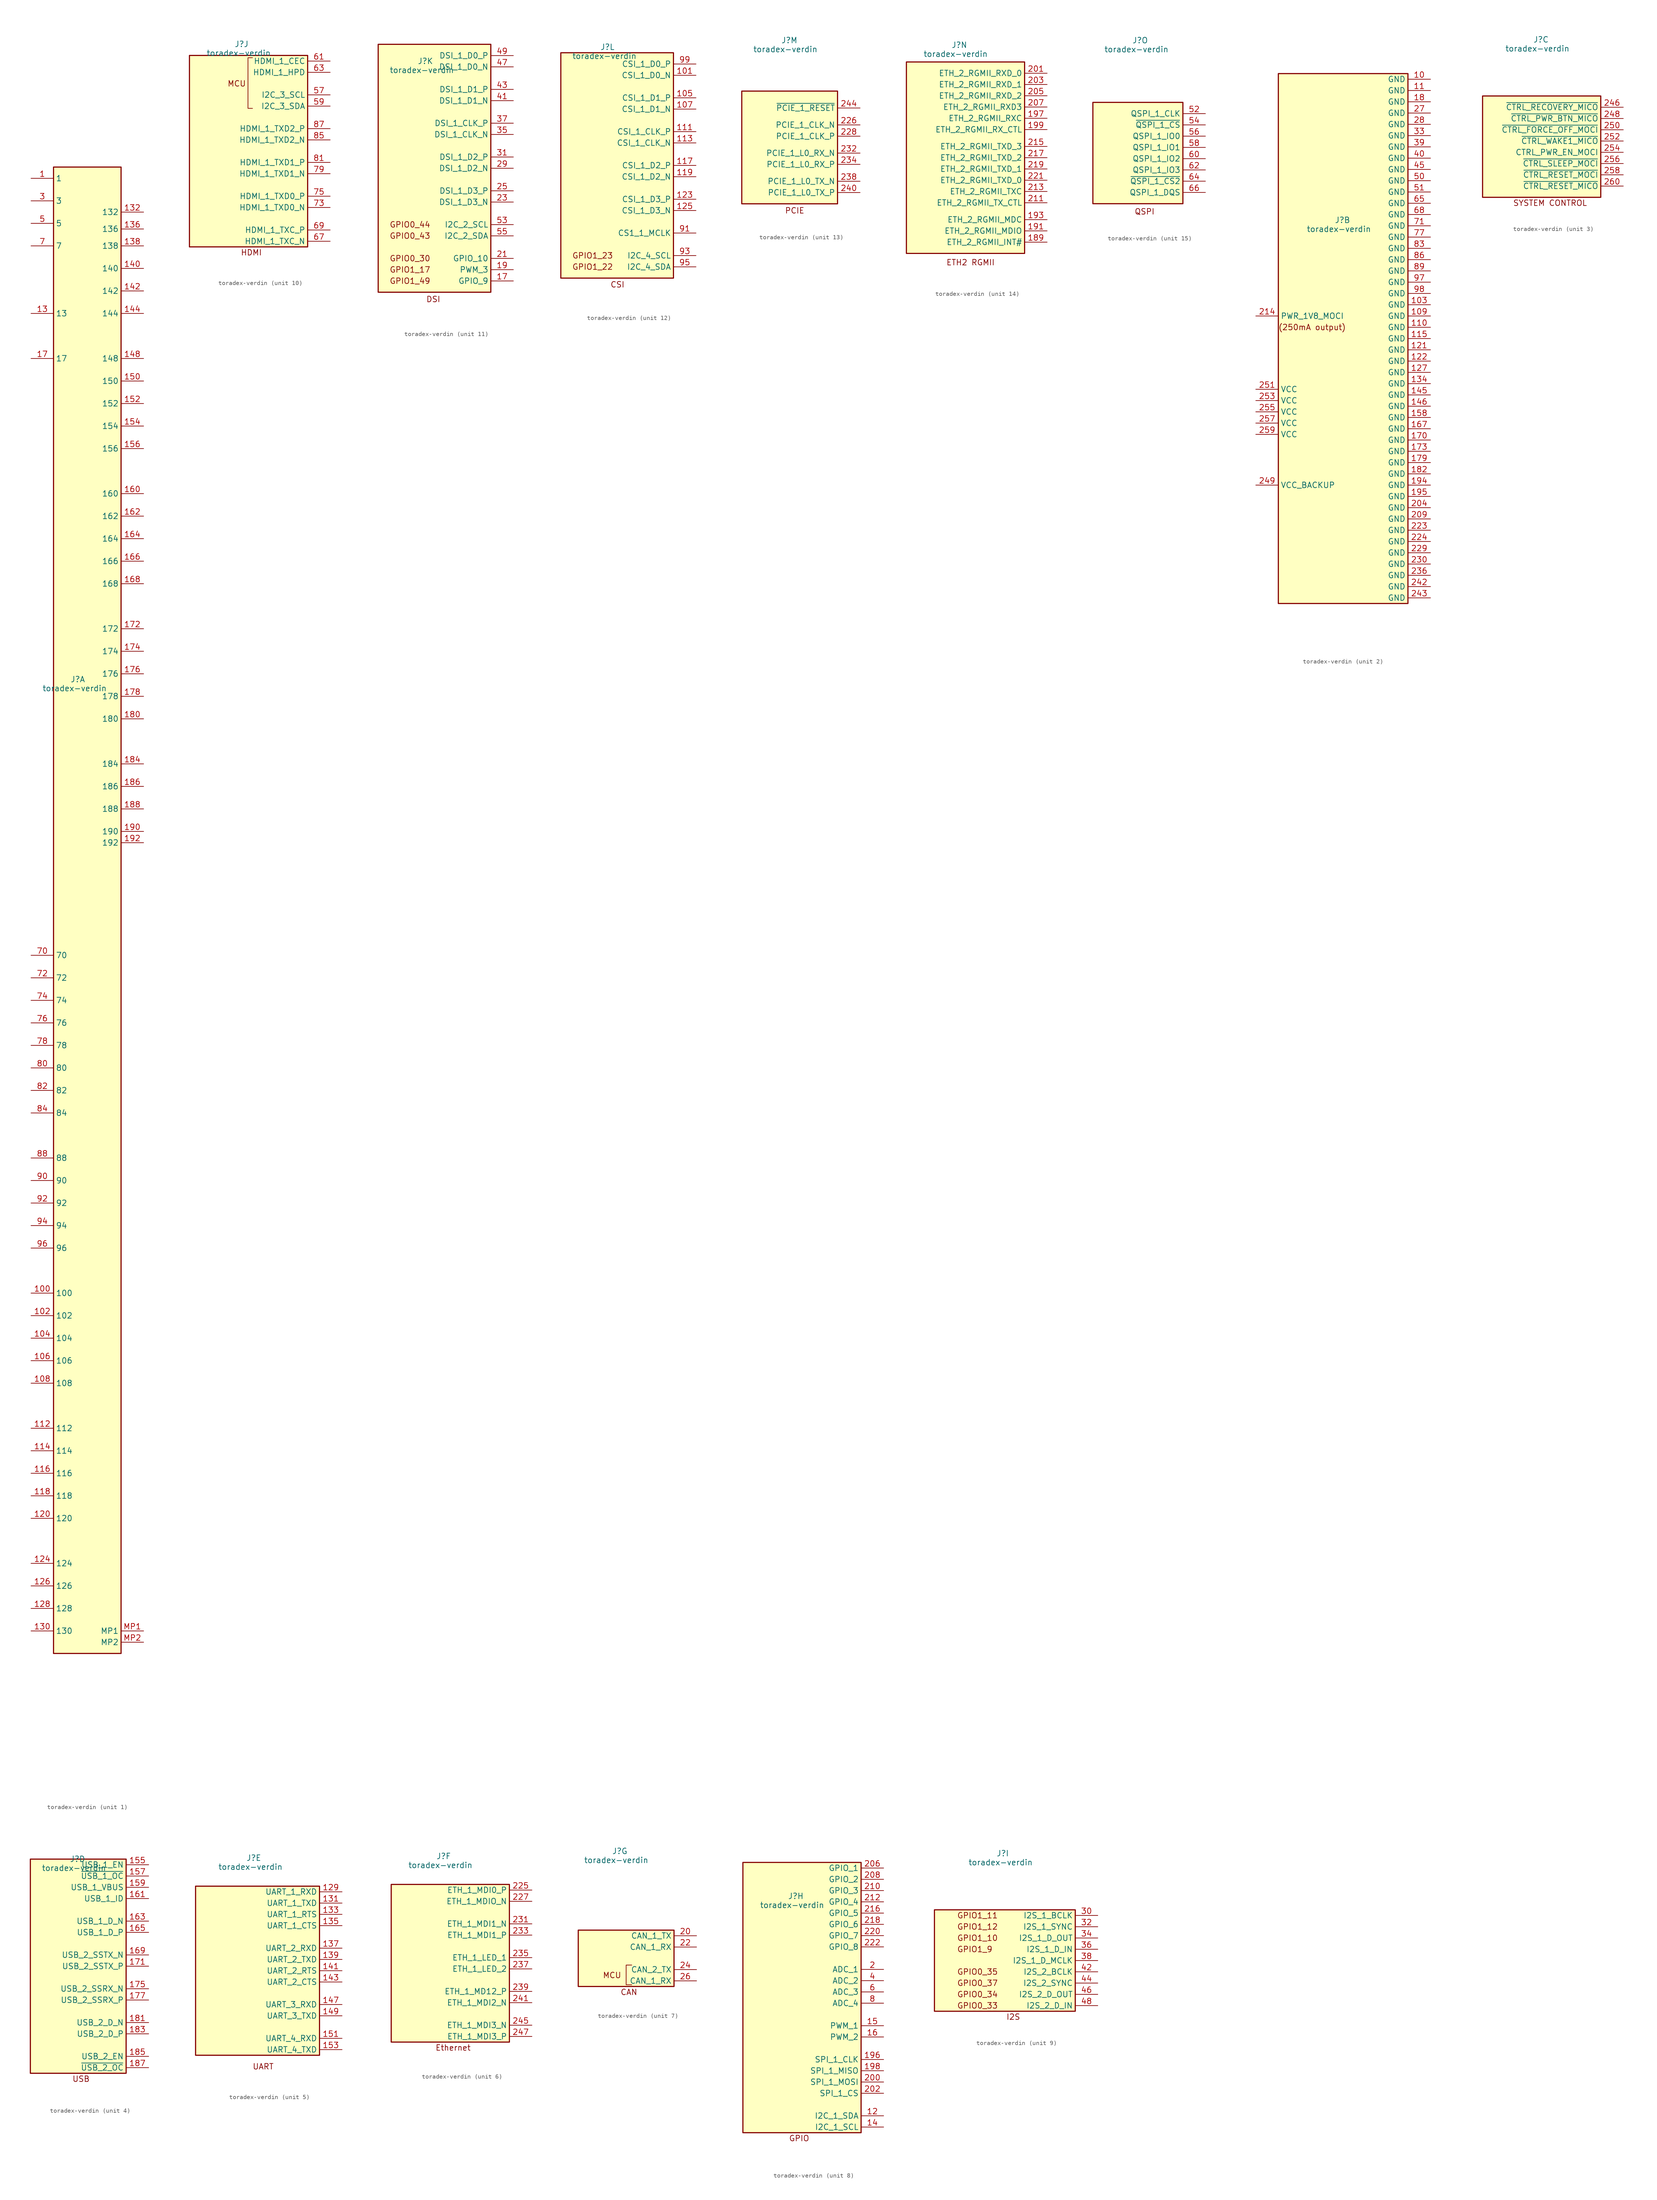
<source format=kicad_sym>
(kicad_symbol_lib
  (version 20231120)
  (generator "kicad_symbol_editor")
  (generator_version "8.0")
  (symbol "toradex-verdin"
    (property "Reference" "J"
      (at -3.81 24.892 0)
      (effects (font (size 1.27 1.27)) (justify left top)))
    (property "Value" "toradex-verdin"
      (at -10.16 22.86 0)
      (effects (font (size 1.27 1.27)) (justify left top)))
    (property "ki_locked" ""
      (at 0 0 0)
      (effects (font (size 1.27 1.27))))
    (symbol "toradex-verdin_1_1"
      (rectangle (start -7.62 139.7) (end 7.62 -195.58) (stroke (width 0.254) (type default)) (fill (type background)))
      (pin passive line (at -12.7 137.16 0) (length 5.08) (name "1" (effects (font (size 1.27 1.27)))) (number "1" (effects (font (size 1.27 1.27)))))
      (pin passive line (at -12.7 -114.3 0) (length 5.08) (name "100" (effects (font (size 1.27 1.27)))) (number "100" (effects (font (size 1.27 1.27)))))
      (pin passive line (at -12.7 -119.38 0) (length 5.08) (name "102" (effects (font (size 1.27 1.27)))) (number "102" (effects (font (size 1.27 1.27)))))
      (pin passive line (at -12.7 -124.46 0) (length 5.08) (name "104" (effects (font (size 1.27 1.27)))) (number "104" (effects (font (size 1.27 1.27)))))
      (pin passive line (at -12.7 -129.54 0) (length 5.08) (name "106" (effects (font (size 1.27 1.27)))) (number "106" (effects (font (size 1.27 1.27)))))
      (pin passive line (at -12.7 -134.62 0) (length 5.08) (name "108" (effects (font (size 1.27 1.27)))) (number "108" (effects (font (size 1.27 1.27)))))
      (pin passive line (at -12.7 -144.78 0) (length 5.08) (name "112" (effects (font (size 1.27 1.27)))) (number "112" (effects (font (size 1.27 1.27)))))
      (pin passive line (at -12.7 -149.86 0) (length 5.08) (name "114" (effects (font (size 1.27 1.27)))) (number "114" (effects (font (size 1.27 1.27)))))
      (pin passive line (at -12.7 -154.94 0) (length 5.08) (name "116" (effects (font (size 1.27 1.27)))) (number "116" (effects (font (size 1.27 1.27)))))
      (pin passive line (at -12.7 -160.02 0) (length 5.08) (name "118" (effects (font (size 1.27 1.27)))) (number "118" (effects (font (size 1.27 1.27)))))
      (pin passive line (at -12.7 -165.1 0) (length 5.08) (name "120" (effects (font (size 1.27 1.27)))) (number "120" (effects (font (size 1.27 1.27)))))
      (pin passive line (at -12.7 -175.26 0) (length 5.08) (name "124" (effects (font (size 1.27 1.27)))) (number "124" (effects (font (size 1.27 1.27)))))
      (pin passive line (at -12.7 -180.34 0) (length 5.08) (name "126" (effects (font (size 1.27 1.27)))) (number "126" (effects (font (size 1.27 1.27)))))
      (pin passive line (at -12.7 -185.42 0) (length 5.08) (name "128" (effects (font (size 1.27 1.27)))) (number "128" (effects (font (size 1.27 1.27)))))
      (pin passive line (at -12.7 106.68 0) (length 5.08) (name "13" (effects (font (size 1.27 1.27)))) (number "13" (effects (font (size 1.27 1.27)))))
      (pin passive line (at -12.7 -190.5 0) (length 5.08) (name "130" (effects (font (size 1.27 1.27)))) (number "130" (effects (font (size 1.27 1.27)))))
      (pin passive line (at 12.7 129.54 180) (length 5.08) (name "132" (effects (font (size 1.27 1.27)))) (number "132" (effects (font (size 1.27 1.27)))))
      (pin passive line (at 12.7 125.73 180) (length 5.08) (name "136" (effects (font (size 1.27 1.27)))) (number "136" (effects (font (size 1.27 1.27)))))
      (pin passive line (at 12.7 121.92 180) (length 5.08) (name "138" (effects (font (size 1.27 1.27)))) (number "138" (effects (font (size 1.27 1.27)))))
      (pin passive line (at 12.7 116.84 180) (length 5.08) (name "140" (effects (font (size 1.27 1.27)))) (number "140" (effects (font (size 1.27 1.27)))))
      (pin passive line (at 12.7 111.76 180) (length 5.08) (name "142" (effects (font (size 1.27 1.27)))) (number "142" (effects (font (size 1.27 1.27)))))
      (pin passive line (at 12.7 106.68 180) (length 5.08) (name "144" (effects (font (size 1.27 1.27)))) (number "144" (effects (font (size 1.27 1.27)))))
      (pin passive line (at 12.7 96.52 180) (length 5.08) (name "148" (effects (font (size 1.27 1.27)))) (number "148" (effects (font (size 1.27 1.27)))))
      (pin passive line (at 12.7 91.44 180) (length 5.08) (name "150" (effects (font (size 1.27 1.27)))) (number "150" (effects (font (size 1.27 1.27)))))
      (pin passive line (at 12.7 86.36 180) (length 5.08) (name "152" (effects (font (size 1.27 1.27)))) (number "152" (effects (font (size 1.27 1.27)))))
      (pin passive line (at 12.7 81.28 180) (length 5.08) (name "154" (effects (font (size 1.27 1.27)))) (number "154" (effects (font (size 1.27 1.27)))))
      (pin passive line (at 12.7 76.2 180) (length 5.08) (name "156" (effects (font (size 1.27 1.27)))) (number "156" (effects (font (size 1.27 1.27)))))
      (pin passive line (at 12.7 66.04 180) (length 5.08) (name "160" (effects (font (size 1.27 1.27)))) (number "160" (effects (font (size 1.27 1.27)))))
      (pin passive line (at 12.7 60.96 180) (length 5.08) (name "162" (effects (font (size 1.27 1.27)))) (number "162" (effects (font (size 1.27 1.27)))))
      (pin passive line (at 12.7 55.88 180) (length 5.08) (name "164" (effects (font (size 1.27 1.27)))) (number "164" (effects (font (size 1.27 1.27)))))
      (pin passive line (at 12.7 50.8 180) (length 5.08) (name "166" (effects (font (size 1.27 1.27)))) (number "166" (effects (font (size 1.27 1.27)))))
      (pin passive line (at 12.7 45.72 180) (length 5.08) (name "168" (effects (font (size 1.27 1.27)))) (number "168" (effects (font (size 1.27 1.27)))))
      (pin passive line (at -12.7 96.52 0) (length 5.08) (name "17" (effects (font (size 1.27 1.27)))) (number "17" (effects (font (size 1.27 1.27)))))
      (pin passive line (at 12.7 35.56 180) (length 5.08) (name "172" (effects (font (size 1.27 1.27)))) (number "172" (effects (font (size 1.27 1.27)))))
      (pin passive line (at 12.7 30.48 180) (length 5.08) (name "174" (effects (font (size 1.27 1.27)))) (number "174" (effects (font (size 1.27 1.27)))))
      (pin passive line (at 12.7 25.4 180) (length 5.08) (name "176" (effects (font (size 1.27 1.27)))) (number "176" (effects (font (size 1.27 1.27)))))
      (pin passive line (at 12.7 20.32 180) (length 5.08) (name "178" (effects (font (size 1.27 1.27)))) (number "178" (effects (font (size 1.27 1.27)))))
      (pin passive line (at 12.7 15.24 180) (length 5.08) (name "180" (effects (font (size 1.27 1.27)))) (number "180" (effects (font (size 1.27 1.27)))))
      (pin passive line (at 12.7 5.08 180) (length 5.08) (name "184" (effects (font (size 1.27 1.27)))) (number "184" (effects (font (size 1.27 1.27)))))
      (pin passive line (at 12.7 0 180) (length 5.08) (name "186" (effects (font (size 1.27 1.27)))) (number "186" (effects (font (size 1.27 1.27)))))
      (pin passive line (at 12.7 -5.08 180) (length 5.08) (name "188" (effects (font (size 1.27 1.27)))) (number "188" (effects (font (size 1.27 1.27)))))
      (pin passive line (at 12.7 -10.16 180) (length 5.08) (name "190" (effects (font (size 1.27 1.27)))) (number "190" (effects (font (size 1.27 1.27)))))
      (pin passive line (at 12.7 -12.7 180) (length 5.08) (name "192" (effects (font (size 1.27 1.27)))) (number "192" (effects (font (size 1.27 1.27)))))
      (pin passive line (at -12.7 132.08 0) (length 5.08) (name "3" (effects (font (size 1.27 1.27)))) (number "3" (effects (font (size 1.27 1.27)))))
      (pin passive line (at -12.7 127 0) (length 5.08) (name "5" (effects (font (size 1.27 1.27)))) (number "5" (effects (font (size 1.27 1.27)))))
      (pin passive line (at -12.7 121.92 0) (length 5.08) (name "7" (effects (font (size 1.27 1.27)))) (number "7" (effects (font (size 1.27 1.27)))))
      (pin passive line (at -12.7 -38.1 0) (length 5.08) (name "70" (effects (font (size 1.27 1.27)))) (number "70" (effects (font (size 1.27 1.27)))))
      (pin passive line (at -12.7 -43.18 0) (length 5.08) (name "72" (effects (font (size 1.27 1.27)))) (number "72" (effects (font (size 1.27 1.27)))))
      (pin passive line (at -12.7 -48.26 0) (length 5.08) (name "74" (effects (font (size 1.27 1.27)))) (number "74" (effects (font (size 1.27 1.27)))))
      (pin passive line (at -12.7 -53.34 0) (length 5.08) (name "76" (effects (font (size 1.27 1.27)))) (number "76" (effects (font (size 1.27 1.27)))))
      (pin passive line (at -12.7 -58.42 0) (length 5.08) (name "78" (effects (font (size 1.27 1.27)))) (number "78" (effects (font (size 1.27 1.27)))))
      (pin passive line (at -12.7 -63.5 0) (length 5.08) (name "80" (effects (font (size 1.27 1.27)))) (number "80" (effects (font (size 1.27 1.27)))))
      (pin passive line (at -12.7 -68.58 0) (length 5.08) (name "82" (effects (font (size 1.27 1.27)))) (number "82" (effects (font (size 1.27 1.27)))))
      (pin passive line (at -12.7 -73.66 0) (length 5.08) (name "84" (effects (font (size 1.27 1.27)))) (number "84" (effects (font (size 1.27 1.27)))))
      (pin passive line (at -12.7 -83.82 0) (length 5.08) (name "88" (effects (font (size 1.27 1.27)))) (number "88" (effects (font (size 1.27 1.27)))))
      (pin passive line (at -12.7 -88.9 0) (length 5.08) (name "90" (effects (font (size 1.27 1.27)))) (number "90" (effects (font (size 1.27 1.27)))))
      (pin passive line (at -12.7 -93.98 0) (length 5.08) (name "92" (effects (font (size 1.27 1.27)))) (number "92" (effects (font (size 1.27 1.27)))))
      (pin passive line (at -12.7 -99.06 0) (length 5.08) (name "94" (effects (font (size 1.27 1.27)))) (number "94" (effects (font (size 1.27 1.27)))))
      (pin passive line (at -12.7 -104.14 0) (length 5.08) (name "96" (effects (font (size 1.27 1.27)))) (number "96" (effects (font (size 1.27 1.27)))))
      (pin passive line (at 12.7 -190.5 180) (length 5.08) (name "MP1" (effects (font (size 1.27 1.27)))) (number "MP1" (effects (font (size 1.27 1.27)))))
      (pin passive line (at 12.7 -193.04 180) (length 5.08) (name "MP2" (effects (font (size 1.27 1.27)))) (number "MP2" (effects (font (size 1.27 1.27))))))
    (symbol "toradex-verdin_2_1"
      (rectangle (start -16.51 57.15) (end 12.7 -62.23) (stroke (width 0.254) (type default)) (fill (type background)))
      (text "(250mA output)" (at -8.89 0 0) (effects (font (size 1.27 1.27))))
      (pin power_in line (at 17.78 55.88 180) (length 5.08) (name "GND" (effects (font (size 1.27 1.27)))) (number "10" (effects (font (size 1.27 1.27)))))
      (pin power_in line (at 17.78 5.08 180) (length 5.08) (name "GND" (effects (font (size 1.27 1.27)))) (number "103" (effects (font (size 1.27 1.27)))))
      (pin power_in line (at 17.78 2.54 180) (length 5.08) (name "GND" (effects (font (size 1.27 1.27)))) (number "109" (effects (font (size 1.27 1.27)))))
      (pin power_in line (at 17.78 53.34 180) (length 5.08) (name "GND" (effects (font (size 1.27 1.27)))) (number "11" (effects (font (size 1.27 1.27)))))
      (pin power_in line (at 17.78 0 180) (length 5.08) (name "GND" (effects (font (size 1.27 1.27)))) (number "110" (effects (font (size 1.27 1.27)))))
      (pin power_in line (at 17.78 -2.54 180) (length 5.08) (name "GND" (effects (font (size 1.27 1.27)))) (number "115" (effects (font (size 1.27 1.27)))))
      (pin power_in line (at 17.78 -5.08 180) (length 5.08) (name "GND" (effects (font (size 1.27 1.27)))) (number "121" (effects (font (size 1.27 1.27)))))
      (pin power_in line (at 17.78 -7.62 180) (length 5.08) (name "GND" (effects (font (size 1.27 1.27)))) (number "122" (effects (font (size 1.27 1.27)))))
      (pin power_in line (at 17.78 -10.16 180) (length 5.08) (name "GND" (effects (font (size 1.27 1.27)))) (number "127" (effects (font (size 1.27 1.27)))))
      (pin power_in line (at 17.78 -12.7 180) (length 5.08) (name "GND" (effects (font (size 1.27 1.27)))) (number "134" (effects (font (size 1.27 1.27)))))
      (pin power_in line (at 17.78 -15.24 180) (length 5.08) (name "GND" (effects (font (size 1.27 1.27)))) (number "145" (effects (font (size 1.27 1.27)))))
      (pin power_in line (at 17.78 -17.78 180) (length 5.08) (name "GND" (effects (font (size 1.27 1.27)))) (number "146" (effects (font (size 1.27 1.27)))))
      (pin power_in line (at 17.78 -20.32 180) (length 5.08) (name "GND" (effects (font (size 1.27 1.27)))) (number "158" (effects (font (size 1.27 1.27)))))
      (pin power_in line (at 17.78 -22.86 180) (length 5.08) (name "GND" (effects (font (size 1.27 1.27)))) (number "167" (effects (font (size 1.27 1.27)))))
      (pin power_in line (at 17.78 -25.4 180) (length 5.08) (name "GND" (effects (font (size 1.27 1.27)))) (number "170" (effects (font (size 1.27 1.27)))))
      (pin power_in line (at 17.78 -27.94 180) (length 5.08) (name "GND" (effects (font (size 1.27 1.27)))) (number "173" (effects (font (size 1.27 1.27)))))
      (pin power_in line (at 17.78 -30.48 180) (length 5.08) (name "GND" (effects (font (size 1.27 1.27)))) (number "179" (effects (font (size 1.27 1.27)))))
      (pin power_in line (at 17.78 50.8 180) (length 5.08) (name "GND" (effects (font (size 1.27 1.27)))) (number "18" (effects (font (size 1.27 1.27)))))
      (pin power_in line (at 17.78 -33.02 180) (length 5.08) (name "GND" (effects (font (size 1.27 1.27)))) (number "182" (effects (font (size 1.27 1.27)))))
      (pin power_in line (at 17.78 -35.56 180) (length 5.08) (name "GND" (effects (font (size 1.27 1.27)))) (number "194" (effects (font (size 1.27 1.27)))))
      (pin power_in line (at 17.78 -38.1 180) (length 5.08) (name "GND" (effects (font (size 1.27 1.27)))) (number "195" (effects (font (size 1.27 1.27)))))
      (pin power_in line (at 17.78 -40.64 180) (length 5.08) (name "GND" (effects (font (size 1.27 1.27)))) (number "204" (effects (font (size 1.27 1.27)))))
      (pin power_in line (at 17.78 -43.18 180) (length 5.08) (name "GND" (effects (font (size 1.27 1.27)))) (number "209" (effects (font (size 1.27 1.27)))))
      (pin power_out line (at -21.59 2.54 0) (length 5.08) (name "PWR_1V8_MOCI" (effects (font (size 1.27 1.27)))) (number "214" (effects (font (size 1.27 1.27)))))
      (pin power_in line (at 17.78 -45.72 180) (length 5.08) (name "GND" (effects (font (size 1.27 1.27)))) (number "223" (effects (font (size 1.27 1.27)))))
      (pin power_in line (at 17.78 -48.26 180) (length 5.08) (name "GND" (effects (font (size 1.27 1.27)))) (number "224" (effects (font (size 1.27 1.27)))))
      (pin power_in line (at 17.78 -50.8 180) (length 5.08) (name "GND" (effects (font (size 1.27 1.27)))) (number "229" (effects (font (size 1.27 1.27)))))
      (pin power_in line (at 17.78 -53.34 180) (length 5.08) (name "GND" (effects (font (size 1.27 1.27)))) (number "230" (effects (font (size 1.27 1.27)))))
      (pin power_in line (at 17.78 -55.88 180) (length 5.08) (name "GND" (effects (font (size 1.27 1.27)))) (number "236" (effects (font (size 1.27 1.27)))))
      (pin power_in line (at 17.78 -58.42 180) (length 5.08) (name "GND" (effects (font (size 1.27 1.27)))) (number "242" (effects (font (size 1.27 1.27)))))
      (pin power_in line (at 17.78 -60.96 180) (length 5.08) (name "GND" (effects (font (size 1.27 1.27)))) (number "243" (effects (font (size 1.27 1.27)))))
      (pin power_in line (at -21.59 -35.56 0) (length 5.08) (name "VCC_BACKUP" (effects (font (size 1.27 1.27)))) (number "249" (effects (font (size 1.27 1.27)))))
      (pin power_in line (at -21.59 -13.97 0) (length 5.08) (name "VCC" (effects (font (size 1.27 1.27)))) (number "251" (effects (font (size 1.27 1.27)))))
      (pin power_in line (at -21.59 -16.51 0) (length 5.08) (name "VCC" (effects (font (size 1.27 1.27)))) (number "253" (effects (font (size 1.27 1.27)))))
      (pin power_in line (at -21.59 -19.05 0) (length 5.08) (name "VCC" (effects (font (size 1.27 1.27)))) (number "255" (effects (font (size 1.27 1.27)))))
      (pin power_in line (at -21.59 -21.59 0) (length 5.08) (name "VCC" (effects (font (size 1.27 1.27)))) (number "257" (effects (font (size 1.27 1.27)))))
      (pin power_in line (at -21.59 -24.13 0) (length 5.08) (name "VCC" (effects (font (size 1.27 1.27)))) (number "259" (effects (font (size 1.27 1.27)))))
      (pin power_in line (at 17.78 48.26 180) (length 5.08) (name "GND" (effects (font (size 1.27 1.27)))) (number "27" (effects (font (size 1.27 1.27)))))
      (pin power_in line (at 17.78 45.72 180) (length 5.08) (name "GND" (effects (font (size 1.27 1.27)))) (number "28" (effects (font (size 1.27 1.27)))))
      (pin power_in line (at 17.78 43.18 180) (length 5.08) (name "GND" (effects (font (size 1.27 1.27)))) (number "33" (effects (font (size 1.27 1.27)))))
      (pin power_in line (at 17.78 40.64 180) (length 5.08) (name "GND" (effects (font (size 1.27 1.27)))) (number "39" (effects (font (size 1.27 1.27)))))
      (pin power_in line (at 17.78 38.1 180) (length 5.08) (name "GND" (effects (font (size 1.27 1.27)))) (number "40" (effects (font (size 1.27 1.27)))))
      (pin power_in line (at 17.78 35.56 180) (length 5.08) (name "GND" (effects (font (size 1.27 1.27)))) (number "45" (effects (font (size 1.27 1.27)))))
      (pin power_in line (at 17.78 33.02 180) (length 5.08) (name "GND" (effects (font (size 1.27 1.27)))) (number "50" (effects (font (size 1.27 1.27)))))
      (pin power_in line (at 17.78 30.48 180) (length 5.08) (name "GND" (effects (font (size 1.27 1.27)))) (number "51" (effects (font (size 1.27 1.27)))))
      (pin power_in line (at 17.78 27.94 180) (length 5.08) (name "GND" (effects (font (size 1.27 1.27)))) (number "65" (effects (font (size 1.27 1.27)))))
      (pin power_in line (at 17.78 25.4 180) (length 5.08) (name "GND" (effects (font (size 1.27 1.27)))) (number "68" (effects (font (size 1.27 1.27)))))
      (pin power_in line (at 17.78 22.86 180) (length 5.08) (name "GND" (effects (font (size 1.27 1.27)))) (number "71" (effects (font (size 1.27 1.27)))))
      (pin power_in line (at 17.78 20.32 180) (length 5.08) (name "GND" (effects (font (size 1.27 1.27)))) (number "77" (effects (font (size 1.27 1.27)))))
      (pin power_in line (at 17.78 17.78 180) (length 5.08) (name "GND" (effects (font (size 1.27 1.27)))) (number "83" (effects (font (size 1.27 1.27)))))
      (pin power_in line (at 17.78 15.24 180) (length 5.08) (name "GND" (effects (font (size 1.27 1.27)))) (number "86" (effects (font (size 1.27 1.27)))))
      (pin power_in line (at 17.78 12.7 180) (length 5.08) (name "GND" (effects (font (size 1.27 1.27)))) (number "89" (effects (font (size 1.27 1.27)))))
      (pin power_in line (at 17.78 10.16 180) (length 5.08) (name "GND" (effects (font (size 1.27 1.27)))) (number "97" (effects (font (size 1.27 1.27)))))
      (pin power_in line (at 17.78 7.62 180) (length 5.08) (name "GND" (effects (font (size 1.27 1.27)))) (number "98" (effects (font (size 1.27 1.27))))))
    (symbol "toradex-verdin_3_1"
      (rectangle (start -15.24 11.43) (end 11.43 -11.43) (stroke (width 0.254) (type default)) (fill (type background)))
      (text "SYSTEM CONTROL" (at 0 -12.7 0) (effects (font (size 1.27 1.27))))
      (pin passive line (at 16.51 8.89 180) (length 5.08) (name "~{CTRL_RECOVERY_MICO}" (effects (font (size 1.27 1.27)))) (number "246" (effects (font (size 1.27 1.27)))))
      (pin passive line (at 16.51 6.35 180) (length 5.08) (name "~{CTRL_PWR_BTN_MICO}" (effects (font (size 1.27 1.27)))) (number "248" (effects (font (size 1.27 1.27)))))
      (pin passive line (at 16.51 3.81 180) (length 5.08) (name "~{CTRL_FORCE_OFF_MOCI}" (effects (font (size 1.27 1.27)))) (number "250" (effects (font (size 1.27 1.27)))))
      (pin passive line (at 16.51 1.27 180) (length 5.08) (name "~{CTRL_WAKE1_MICO}" (effects (font (size 1.27 1.27)))) (number "252" (effects (font (size 1.27 1.27)))))
      (pin passive line (at 16.51 -1.27 180) (length 5.08) (name "CTRL_PWR_EN_MOCI" (effects (font (size 1.27 1.27)))) (number "254" (effects (font (size 1.27 1.27)))))
      (pin passive line (at 16.51 -3.81 180) (length 5.08) (name "~{CTRL_SLEEP_MOCI}" (effects (font (size 1.27 1.27)))) (number "256" (effects (font (size 1.27 1.27)))))
      (pin passive line (at 16.51 -6.35 180) (length 5.08) (name "~{CTRL_RESET_MOCI}" (effects (font (size 1.27 1.27)))) (number "258" (effects (font (size 1.27 1.27)))))
      (pin passive line (at 16.51 -8.89 180) (length 5.08) (name "~{CTRL_RESET_MICO}" (effects (font (size 1.27 1.27)))) (number "260" (effects (font (size 1.27 1.27))))))
    (symbol "toradex-verdin_4_1"
      (rectangle (start -12.7 24.13) (end 8.89 -24.13) (stroke (width 0.254) (type default)) (fill (type background)))
      (text "USB" (at -1.27 -25.4 0) (effects (font (size 1.27 1.27))))
      (pin passive line (at 13.97 22.86 180) (length 5.08) (name "USB_1_EN" (effects (font (size 1.27 1.27)))) (number "155" (effects (font (size 1.27 1.27)))))
      (pin passive line (at 13.97 20.32 180) (length 5.08) (name "~{USB_1_OC}" (effects (font (size 1.27 1.27)))) (number "157" (effects (font (size 1.27 1.27)))))
      (pin passive line (at 13.97 17.78 180) (length 5.08) (name "USB_1_VBUS" (effects (font (size 1.27 1.27)))) (number "159" (effects (font (size 1.27 1.27)))))
      (pin passive line (at 13.97 15.24 180) (length 5.08) (name "USB_1_ID" (effects (font (size 1.27 1.27)))) (number "161" (effects (font (size 1.27 1.27)))))
      (pin passive line (at 13.97 10.16 180) (length 5.08) (name "USB_1_D_N" (effects (font (size 1.27 1.27)))) (number "163" (effects (font (size 1.27 1.27)))))
      (pin passive line (at 13.97 7.62 180) (length 5.08) (name "USB_1_D_P" (effects (font (size 1.27 1.27)))) (number "165" (effects (font (size 1.27 1.27)))))
      (pin passive line (at 13.97 2.54 180) (length 5.08) (name "USB_2_SSTX_N" (effects (font (size 1.27 1.27)))) (number "169" (effects (font (size 1.27 1.27)))))
      (pin passive line (at 13.97 0 180) (length 5.08) (name "USB_2_SSTX_P" (effects (font (size 1.27 1.27)))) (number "171" (effects (font (size 1.27 1.27)))))
      (pin passive line (at 13.97 -5.08 180) (length 5.08) (name "USB_2_SSRX_N" (effects (font (size 1.27 1.27)))) (number "175" (effects (font (size 1.27 1.27)))))
      (pin passive line (at 13.97 -7.62 180) (length 5.08) (name "USB_2_SSRX_P" (effects (font (size 1.27 1.27)))) (number "177" (effects (font (size 1.27 1.27)))))
      (pin passive line (at 13.97 -12.7 180) (length 5.08) (name "USB_2_D_N" (effects (font (size 1.27 1.27)))) (number "181" (effects (font (size 1.27 1.27)))))
      (pin passive line (at 13.97 -15.24 180) (length 5.08) (name "USB_2_D_P" (effects (font (size 1.27 1.27)))) (number "183" (effects (font (size 1.27 1.27)))))
      (pin passive line (at 13.97 -20.32 180) (length 5.08) (name "USB_2_EN" (effects (font (size 1.27 1.27)))) (number "185" (effects (font (size 1.27 1.27)))))
      (pin passive line (at 13.97 -22.86 180) (length 5.08) (name "~{USB_2_OC}" (effects (font (size 1.27 1.27)))) (number "187" (effects (font (size 1.27 1.27))))))
    (symbol "toradex-verdin_5_1"
      (rectangle (start -15.24 17.78) (end 12.7 -20.32) (stroke (width 0.254) (type default)) (fill (type background)))
      (text "UART" (at 0 -22.86 0) (effects (font (size 1.27 1.27))))
      (pin passive line (at 17.78 16.51 180) (length 5.08) (name "UART_1_RXD" (effects (font (size 1.27 1.27)))) (number "129" (effects (font (size 1.27 1.27)))))
      (pin passive line (at 17.78 13.97 180) (length 5.08) (name "UART_1_TXD" (effects (font (size 1.27 1.27)))) (number "131" (effects (font (size 1.27 1.27)))))
      (pin passive line (at 17.78 11.43 180) (length 5.08) (name "UART_1_RTS" (effects (font (size 1.27 1.27)))) (number "133" (effects (font (size 1.27 1.27)))))
      (pin passive line (at 17.78 8.89 180) (length 5.08) (name "UART_1_CTS" (effects (font (size 1.27 1.27)))) (number "135" (effects (font (size 1.27 1.27)))))
      (pin passive line (at 17.78 3.81 180) (length 5.08) (name "UART_2_RXD" (effects (font (size 1.27 1.27)))) (number "137" (effects (font (size 1.27 1.27)))))
      (pin passive line (at 17.78 1.27 180) (length 5.08) (name "UART_2_TXD" (effects (font (size 1.27 1.27)))) (number "139" (effects (font (size 1.27 1.27)))))
      (pin passive line (at 17.78 -1.27 180) (length 5.08) (name "UART_2_RTS" (effects (font (size 1.27 1.27)))) (number "141" (effects (font (size 1.27 1.27)))))
      (pin passive line (at 17.78 -3.81 180) (length 5.08) (name "UART_2_CTS" (effects (font (size 1.27 1.27)))) (number "143" (effects (font (size 1.27 1.27)))))
      (pin passive line (at 17.78 -8.89 180) (length 5.08) (name "UART_3_RXD" (effects (font (size 1.27 1.27)))) (number "147" (effects (font (size 1.27 1.27)))))
      (pin passive line (at 17.78 -11.43 180) (length 5.08) (name "UART_3_TXD" (effects (font (size 1.27 1.27)))) (number "149" (effects (font (size 1.27 1.27)))))
      (pin passive line (at 17.78 -16.51 180) (length 5.08) (name "UART_4_RXD" (effects (font (size 1.27 1.27)))) (number "151" (effects (font (size 1.27 1.27)))))
      (pin passive line (at 17.78 -19.05 180) (length 5.08) (name "UART_4_TXD" (effects (font (size 1.27 1.27)))) (number "153" (effects (font (size 1.27 1.27))))))
    (symbol "toradex-verdin_6_1"
      (rectangle (start -13.97 17.78) (end 12.7 -17.78) (stroke (width 0.254) (type default)) (fill (type background)))
      (text "Ethernet" (at 0 -19.05 0) (effects (font (size 1.27 1.27))))
      (pin passive line (at 17.78 16.51 180) (length 5.08) (name "ETH_1_MDI0_P" (effects (font (size 1.27 1.27)))) (number "225" (effects (font (size 1.27 1.27)))))
      (pin passive line (at 17.78 13.97 180) (length 5.08) (name "ETH_1_MDIO_N" (effects (font (size 1.27 1.27)))) (number "227" (effects (font (size 1.27 1.27)))))
      (pin passive line (at 17.78 8.89 180) (length 5.08) (name "ETH_1_MDI1_N" (effects (font (size 1.27 1.27)))) (number "231" (effects (font (size 1.27 1.27)))))
      (pin passive line (at 17.78 6.35 180) (length 5.08) (name "ETH_1_MDI1_P" (effects (font (size 1.27 1.27)))) (number "233" (effects (font (size 1.27 1.27)))))
      (pin passive line (at 17.78 1.27 180) (length 5.08) (name "ETH_1_LED_1" (effects (font (size 1.27 1.27)))) (number "235" (effects (font (size 1.27 1.27)))))
      (pin passive line (at 17.78 -1.27 180) (length 5.08) (name "ETH_1_LED_2" (effects (font (size 1.27 1.27)))) (number "237" (effects (font (size 1.27 1.27)))))
      (pin passive line (at 17.78 -6.35 180) (length 5.08) (name "ETH_1_MD12_P" (effects (font (size 1.27 1.27)))) (number "239" (effects (font (size 1.27 1.27)))))
      (pin passive line (at 17.78 -8.89 180) (length 5.08) (name "ETH_1_MDI2_N" (effects (font (size 1.27 1.27)))) (number "241" (effects (font (size 1.27 1.27)))))
      (pin passive line (at 17.78 -13.97 180) (length 5.08) (name "ETH_1_MDI3_N" (effects (font (size 1.27 1.27)))) (number "245" (effects (font (size 1.27 1.27)))))
      (pin passive line (at 17.78 -16.51 180) (length 5.08) (name "ETH_1_MDI3_P" (effects (font (size 1.27 1.27)))) (number "247" (effects (font (size 1.27 1.27))))))
    (symbol "toradex-verdin_7_1"
      (rectangle (start -11.43 6.35) (end 10.16 -6.35) (stroke (width 0.254) (type default)) (fill (type background)))
      (polyline (pts (xy 0.635 -1.524) (xy -0.635 -1.524) (xy -0.635 -5.969) (xy 0.635 -5.969)) (stroke (width 0) (type default)) (fill (type none)))
      (text "CAN" (at 0 -7.62 0) (effects (font (size 1.27 1.27))))
      (text "MCU" (at -3.81 -3.81 0) (effects (font (size 1.27 1.27))))
      (pin passive line (at 15.24 5.08 180) (length 5.08) (name "CAN_1_TX" (effects (font (size 1.27 1.27)))) (number "20" (effects (font (size 1.27 1.27)))))
      (pin passive line (at 15.24 2.54 180) (length 5.08) (name "CAN_1_RX" (effects (font (size 1.27 1.27)))) (number "22" (effects (font (size 1.27 1.27)))))
      (pin passive line (at 15.24 -2.54 180) (length 5.08) (name "CAN_2_TX" (effects (font (size 1.27 1.27)))) (number "24" (effects (font (size 1.27 1.27)))))
      (pin passive line (at 15.24 -5.08 180) (length 5.08) (name "CAN_1_RX" (effects (font (size 1.27 1.27)))) (number "26" (effects (font (size 1.27 1.27))))))
    (symbol "toradex-verdin_8_1"
      (rectangle (start -13.97 31.75) (end 12.7 -29.21) (stroke (width 0.254) (type default)) (fill (type background)))
      (text "GPIO\n" (at -1.27 -30.48 0) (effects (font (size 1.27 1.27))))
      (pin passive line (at 17.78 -25.4 180) (length 5.08) (name "I2C_1_SDA" (effects (font (size 1.27 1.27)))) (number "12" (effects (font (size 1.27 1.27)))))
      (pin passive line (at 17.78 -27.94 180) (length 5.08) (name "I2C_1_SCL" (effects (font (size 1.27 1.27)))) (number "14" (effects (font (size 1.27 1.27)))))
      (pin passive line (at 17.78 -5.08 180) (length 5.08) (name "PWM_1" (effects (font (size 1.27 1.27)))) (number "15" (effects (font (size 1.27 1.27)))))
      (pin passive line (at 17.78 -7.62 180) (length 5.08) (name "PWM_2" (effects (font (size 1.27 1.27)))) (number "16" (effects (font (size 1.27 1.27)))))
      (pin passive line (at 17.78 -12.7 180) (length 5.08) (name "SPI_1_CLK" (effects (font (size 1.27 1.27)))) (number "196" (effects (font (size 1.27 1.27)))))
      (pin passive line (at 17.78 -15.24 180) (length 5.08) (name "SPI_1_MISO" (effects (font (size 1.27 1.27)))) (number "198" (effects (font (size 1.27 1.27)))))
      (pin passive line (at 17.78 7.62 180) (length 5.08) (name "ADC_1" (effects (font (size 1.27 1.27)))) (number "2" (effects (font (size 1.27 1.27)))))
      (pin passive line (at 17.78 -17.78 180) (length 5.08) (name "SPI_1_MOSI" (effects (font (size 1.27 1.27)))) (number "200" (effects (font (size 1.27 1.27)))))
      (pin passive line (at 17.78 -20.32 180) (length 5.08) (name "SPI_1_CS" (effects (font (size 1.27 1.27)))) (number "202" (effects (font (size 1.27 1.27)))))
      (pin passive line (at 17.78 30.48 180) (length 5.08) (name "GPIO_1" (effects (font (size 1.27 1.27)))) (number "206" (effects (font (size 1.27 1.27)))))
      (pin passive line (at 17.78 27.94 180) (length 5.08) (name "GPIO_2" (effects (font (size 1.27 1.27)))) (number "208" (effects (font (size 1.27 1.27)))))
      (pin passive line (at 17.78 25.4 180) (length 5.08) (name "GPIO_3" (effects (font (size 1.27 1.27)))) (number "210" (effects (font (size 1.27 1.27)))))
      (pin passive line (at 17.78 22.86 180) (length 5.08) (name "GPIO_4" (effects (font (size 1.27 1.27)))) (number "212" (effects (font (size 1.27 1.27)))))
      (pin passive line (at 17.78 20.32 180) (length 5.08) (name "GPIO_5" (effects (font (size 1.27 1.27)))) (number "216" (effects (font (size 1.27 1.27)))))
      (pin passive line (at 17.78 17.78 180) (length 5.08) (name "GPIO_6" (effects (font (size 1.27 1.27)))) (number "218" (effects (font (size 1.27 1.27)))))
      (pin passive line (at 17.78 15.24 180) (length 5.08) (name "GPIO_7" (effects (font (size 1.27 1.27)))) (number "220" (effects (font (size 1.27 1.27)))))
      (pin passive line (at 17.78 12.7 180) (length 5.08) (name "GPIO_8" (effects (font (size 1.27 1.27)))) (number "222" (effects (font (size 1.27 1.27)))))
      (pin passive line (at 17.78 5.08 180) (length 5.08) (name "ADC_2" (effects (font (size 1.27 1.27)))) (number "4" (effects (font (size 1.27 1.27)))))
      (pin passive line (at 17.78 2.54 180) (length 5.08) (name "ADC_3" (effects (font (size 1.27 1.27)))) (number "6" (effects (font (size 1.27 1.27)))))
      (pin passive line (at 17.78 0 180) (length 5.08) (name "ADC_4" (effects (font (size 1.27 1.27)))) (number "8" (effects (font (size 1.27 1.27))))))
    (symbol "toradex-verdin_9_1"
      (rectangle (start -17.78 11.43) (end 13.97 -11.43) (stroke (width 0.254) (type default)) (fill (type background)))
      (text "GPIO0_33" (at -12.7 -10.16 0) (effects (font (size 1.27 1.27)) (justify left)))
      (text "GPIO0_34" (at -12.7 -7.62 0) (effects (font (size 1.27 1.27)) (justify left)))
      (text "GPIO0_35" (at -12.7 -2.54 0) (effects (font (size 1.27 1.27)) (justify left)))
      (text "GPIO0_37" (at -12.7 -5.08 0) (effects (font (size 1.27 1.27)) (justify left)))
      (text "GPIO1_10" (at -12.7 5.08 0) (effects (font (size 1.27 1.27)) (justify left)))
      (text "GPIO1_11" (at -12.7 10.16 0) (effects (font (size 1.27 1.27)) (justify left)))
      (text "GPIO1_12" (at -12.7 7.62 0) (effects (font (size 1.27 1.27)) (justify left)))
      (text "GPIO1_9" (at -12.7 2.54 0) (effects (font (size 1.27 1.27)) (justify left)))
      (text "I2S" (at 0 -12.7 0) (effects (font (size 1.27 1.27))))
      (pin passive line (at 19.05 10.16 180) (length 5.08) (name "I2S_1_BCLK" (effects (font (size 1.27 1.27)))) (number "30" (effects (font (size 1.27 1.27)))))
      (pin passive line (at 19.05 7.62 180) (length 5.08) (name "I2S_1_SYNC" (effects (font (size 1.27 1.27)))) (number "32" (effects (font (size 1.27 1.27)))))
      (pin passive line (at 19.05 5.08 180) (length 5.08) (name "I2S_1_D_OUT" (effects (font (size 1.27 1.27)))) (number "34" (effects (font (size 1.27 1.27)))))
      (pin passive line (at 19.05 2.54 180) (length 5.08) (name "I2S_1_D_IN" (effects (font (size 1.27 1.27)))) (number "36" (effects (font (size 1.27 1.27)))))
      (pin passive line (at 19.05 0 180) (length 5.08) (name "I2S_1_D_MCLK" (effects (font (size 1.27 1.27)))) (number "38" (effects (font (size 1.27 1.27)))))
      (pin passive line (at 19.05 -2.54 180) (length 5.08) (name "I2S_2_BCLK" (effects (font (size 1.27 1.27)))) (number "42" (effects (font (size 1.27 1.27)))))
      (pin passive line (at 19.05 -5.08 180) (length 5.08) (name "I2S_2_SYNC" (effects (font (size 1.27 1.27)))) (number "44" (effects (font (size 1.27 1.27)))))
      (pin passive line (at 19.05 -7.62 180) (length 5.08) (name "I2S_2_D_OUT" (effects (font (size 1.27 1.27)))) (number "46" (effects (font (size 1.27 1.27)))))
      (pin passive line (at 19.05 -10.16 180) (length 5.08) (name "I2S_2_D_IN" (effects (font (size 1.27 1.27)))) (number "48" (effects (font (size 1.27 1.27))))))
    (symbol "toradex-verdin_10_1"
      (rectangle (start -13.97 21.59) (end 12.7 -21.59) (stroke (width 0.254) (type default)) (fill (type background)))
      (polyline (pts (xy 0.254 21.082) (xy -0.762 21.082) (xy -0.762 9.652) (xy 0.254 9.652)) (stroke (width 0) (type default)) (fill (type none)))
      (text "HDMI" (at 0 -22.86 0) (effects (font (size 1.27 1.27))))
      (text "MCU" (at -3.302 15.24 0) (effects (font (size 1.27 1.27))))
      (pin passive line (at 17.78 12.7 180) (length 5.08) (name "I2C_3_SCL" (effects (font (size 1.27 1.27)))) (number "57" (effects (font (size 1.27 1.27)))))
      (pin passive line (at 17.78 10.16 180) (length 5.08) (name "I2C_3_SDA" (effects (font (size 1.27 1.27)))) (number "59" (effects (font (size 1.27 1.27)))))
      (pin passive line (at 17.78 20.32 180) (length 5.08) (name "HDMI_1_CEC" (effects (font (size 1.27 1.27)))) (number "61" (effects (font (size 1.27 1.27)))))
      (pin passive line (at 17.78 17.78 180) (length 5.08) (name "HDMI_1_HPD" (effects (font (size 1.27 1.27)))) (number "63" (effects (font (size 1.27 1.27)))))
      (pin passive line (at 17.78 -20.32 180) (length 5.08) (name "HDMI_1_TXC_N" (effects (font (size 1.27 1.27)))) (number "67" (effects (font (size 1.27 1.27)))))
      (pin passive line (at 17.78 -17.78 180) (length 5.08) (name "HDMI_1_TXC_P" (effects (font (size 1.27 1.27)))) (number "69" (effects (font (size 1.27 1.27)))))
      (pin passive line (at 17.78 -12.7 180) (length 5.08) (name "HDMI_1_TXD0_N" (effects (font (size 1.27 1.27)))) (number "73" (effects (font (size 1.27 1.27)))))
      (pin passive line (at 17.78 -10.16 180) (length 5.08) (name "HDMI_1_TXD0_P" (effects (font (size 1.27 1.27)))) (number "75" (effects (font (size 1.27 1.27)))))
      (pin passive line (at 17.78 -5.08 180) (length 5.08) (name "HDMI_1_TXD1_N" (effects (font (size 1.27 1.27)))) (number "79" (effects (font (size 1.27 1.27)))))
      (pin passive line (at 17.78 -2.54 180) (length 5.08) (name "HDMI_1_TXD1_P" (effects (font (size 1.27 1.27)))) (number "81" (effects (font (size 1.27 1.27)))))
      (pin passive line (at 17.78 2.54 180) (length 5.08) (name "HDMI_1_TXD2_N" (effects (font (size 1.27 1.27)))) (number "85" (effects (font (size 1.27 1.27)))))
      (pin passive line (at 17.78 5.08 180) (length 5.08) (name "HDMI_1_TXD2_P" (effects (font (size 1.27 1.27)))) (number "87" (effects (font (size 1.27 1.27))))))
    (symbol "toradex-verdin_11_1"
      (rectangle (start -12.7 27.94) (end 12.7 -27.94) (stroke (width 0.254) (type default)) (fill (type background)))
      (text "DSI" (at -0.265 -29.521 0) (effects (font (size 1.27 1.27))))
      (text "GPIO0_30" (at -10.16 -20.32 0) (effects (font (size 1.27 1.27)) (justify left)))
      (text "GPIO0_43" (at -10.16 -15.24 0) (effects (font (size 1.27 1.27)) (justify left)))
      (text "GPIO0_44" (at -10.16 -12.7 0) (effects (font (size 1.27 1.27)) (justify left)))
      (text "GPIO1_17" (at -10.16 -22.86 0) (effects (font (size 1.27 1.27)) (justify left)))
      (text "GPIO1_49" (at -10.16 -25.4 0) (effects (font (size 1.27 1.27)) (justify left)))
      (pin passive line (at 17.78 -25.4 180) (length 5.08) (name "GPIO_9" (effects (font (size 1.27 1.27)))) (number "17" (effects (font (size 1.27 1.27)))))
      (pin passive line (at 17.78 -22.86 180) (length 5.08) (name "PWM_3" (effects (font (size 1.27 1.27)))) (number "19" (effects (font (size 1.27 1.27)))))
      (pin passive line (at 17.78 -20.32 180) (length 5.08) (name "GPIO_10" (effects (font (size 1.27 1.27)))) (number "21" (effects (font (size 1.27 1.27)))))
      (pin passive line (at 17.78 -7.62 180) (length 5.08) (name "DSI_1_D3_N" (effects (font (size 1.27 1.27)))) (number "23" (effects (font (size 1.27 1.27)))))
      (pin passive line (at 17.78 -5.08 180) (length 5.08) (name "DSI_1_D3_P" (effects (font (size 1.27 1.27)))) (number "25" (effects (font (size 1.27 1.27)))))
      (pin passive line (at 17.78 0 180) (length 5.08) (name "DSI_1_D2_N" (effects (font (size 1.27 1.27)))) (number "29" (effects (font (size 1.27 1.27)))))
      (pin passive line (at 17.78 2.54 180) (length 5.08) (name "DSI_1_D2_P" (effects (font (size 1.27 1.27)))) (number "31" (effects (font (size 1.27 1.27)))))
      (pin passive line (at 17.78 7.62 180) (length 5.08) (name "DSI_1_CLK_N" (effects (font (size 1.27 1.27)))) (number "35" (effects (font (size 1.27 1.27)))))
      (pin passive line (at 17.78 10.16 180) (length 5.08) (name "DSI_1_CLK_P" (effects (font (size 1.27 1.27)))) (number "37" (effects (font (size 1.27 1.27)))))
      (pin passive line (at 17.78 15.24 180) (length 5.08) (name "DSI_1_D1_N" (effects (font (size 1.27 1.27)))) (number "41" (effects (font (size 1.27 1.27)))))
      (pin passive line (at 17.78 17.78 180) (length 5.08) (name "DSI_1_D1_P" (effects (font (size 1.27 1.27)))) (number "43" (effects (font (size 1.27 1.27)))))
      (pin passive line (at 17.78 22.86 180) (length 5.08) (name "DSI_1_D0_N" (effects (font (size 1.27 1.27)))) (number "47" (effects (font (size 1.27 1.27)))))
      (pin passive line (at 17.78 25.4 180) (length 5.08) (name "DSI_1_D0_P" (effects (font (size 1.27 1.27)))) (number "49" (effects (font (size 1.27 1.27)))))
      (pin passive line (at 17.78 -12.7 180) (length 5.08) (name "I2C_2_SCL" (effects (font (size 1.27 1.27)))) (number "53" (effects (font (size 1.27 1.27)))))
      (pin passive line (at 17.78 -15.24 180) (length 5.08) (name "I2C_2_SDA" (effects (font (size 1.27 1.27)))) (number "55" (effects (font (size 1.27 1.27))))))
    (symbol "toradex-verdin_12_1"
      (rectangle (start -12.7 22.86) (end 12.7 -27.94) (stroke (width 0.254) (type default)) (fill (type background)))
      (text "CSI" (at 0.087 -29.391 0) (effects (font (size 1.27 1.27))))
      (text "GPIO1_22" (at -10.16 -25.4 0) (effects (font (size 1.27 1.27)) (justify left)))
      (text "GPIO1_23" (at -10.16 -22.86 0) (effects (font (size 1.27 1.27)) (justify left)))
      (pin passive line (at 17.78 17.78 180) (length 5.08) (name "CSI_1_D0_N" (effects (font (size 1.27 1.27)))) (number "101" (effects (font (size 1.27 1.27)))))
      (pin passive line (at 17.78 12.7 180) (length 5.08) (name "CSI_1_D1_P" (effects (font (size 1.27 1.27)))) (number "105" (effects (font (size 1.27 1.27)))))
      (pin passive line (at 17.78 10.16 180) (length 5.08) (name "CSI_1_D1_N" (effects (font (size 1.27 1.27)))) (number "107" (effects (font (size 1.27 1.27)))))
      (pin passive line (at 17.78 5.08 180) (length 5.08) (name "CSI_1_CLK_P" (effects (font (size 1.27 1.27)))) (number "111" (effects (font (size 1.27 1.27)))))
      (pin passive line (at 17.78 2.54 180) (length 5.08) (name "CSI_1_CLK_N" (effects (font (size 1.27 1.27)))) (number "113" (effects (font (size 1.27 1.27)))))
      (pin passive line (at 17.78 -2.54 180) (length 5.08) (name "CSI_1_D2_P" (effects (font (size 1.27 1.27)))) (number "117" (effects (font (size 1.27 1.27)))))
      (pin passive line (at 17.78 -5.08 180) (length 5.08) (name "CSI_1_D2_N" (effects (font (size 1.27 1.27)))) (number "119" (effects (font (size 1.27 1.27)))))
      (pin passive line (at 17.78 -10.16 180) (length 5.08) (name "CSI_1_D3_P" (effects (font (size 1.27 1.27)))) (number "123" (effects (font (size 1.27 1.27)))))
      (pin passive line (at 17.78 -12.7 180) (length 5.08) (name "CSI_1_D3_N" (effects (font (size 1.27 1.27)))) (number "125" (effects (font (size 1.27 1.27)))))
      (pin passive line (at 17.78 -17.78 180) (length 5.08) (name "CS1_1_MCLK" (effects (font (size 1.27 1.27)))) (number "91" (effects (font (size 1.27 1.27)))))
      (pin passive line (at 17.78 -22.86 180) (length 5.08) (name "I2C_4_SCL" (effects (font (size 1.27 1.27)))) (number "93" (effects (font (size 1.27 1.27)))))
      (pin passive line (at 17.78 -25.4 180) (length 5.08) (name "I2C_4_SDA" (effects (font (size 1.27 1.27)))) (number "95" (effects (font (size 1.27 1.27)))))
      (pin passive line (at 17.78 20.32 180) (length 5.08) (name "CSI_1_D0_P" (effects (font (size 1.27 1.27)))) (number "99" (effects (font (size 1.27 1.27))))))
    (symbol "toradex-verdin_13_1"
      (rectangle (start -12.7 12.7) (end 8.89 -12.7) (stroke (width 0.254) (type default)) (fill (type background)))
      (text "PCIE" (at -0.762 -14.224 0) (effects (font (size 1.27 1.27))))
      (pin passive line (at 13.97 5.08 180) (length 5.08) (name "PCIE_1_CLK_N" (effects (font (size 1.27 1.27)))) (number "226" (effects (font (size 1.27 1.27)))))
      (pin passive line (at 13.97 2.54 180) (length 5.08) (name "PCIE_1_CLK_P" (effects (font (size 1.27 1.27)))) (number "228" (effects (font (size 1.27 1.27)))))
      (pin passive line (at 13.97 -1.27 180) (length 5.08) (name "PCIE_1_L0_RX_N" (effects (font (size 1.27 1.27)))) (number "232" (effects (font (size 1.27 1.27)))))
      (pin passive line (at 13.97 -3.81 180) (length 5.08) (name "PCIE_1_L0_RX_P" (effects (font (size 1.27 1.27)))) (number "234" (effects (font (size 1.27 1.27)))))
      (pin passive line (at 13.97 -7.62 180) (length 5.08) (name "PCIE_1_L0_TX_N" (effects (font (size 1.27 1.27)))) (number "238" (effects (font (size 1.27 1.27)))))
      (pin passive line (at 13.97 -10.16 180) (length 5.08) (name "PCIE_1_L0_TX_P" (effects (font (size 1.27 1.27)))) (number "240" (effects (font (size 1.27 1.27)))))
      (pin passive line (at 13.97 8.89 180) (length 5.08) (name "~{PCIE_1_RESET}" (effects (font (size 1.27 1.27)))) (number "244" (effects (font (size 1.27 1.27))))))
    (symbol "toradex-verdin_14_1"
      (rectangle (start -13.97 20.32) (end 12.7 -22.86) (stroke (width 0.254) (type default)) (fill (type background)))
      (text "ETH2 RGMII" (at 0.508 -24.892 0) (effects (font (size 1.27 1.27))))
      (pin passive line (at 17.78 -20.32 180) (length 5.08) (name "ETH_2_RGMII_INT#" (effects (font (size 1.27 1.27)))) (number "189" (effects (font (size 1.27 1.27)))))
      (pin passive line (at 17.78 -17.78 180) (length 5.08) (name "ETH_2_RGMII_MDIO" (effects (font (size 1.27 1.27)))) (number "191" (effects (font (size 1.27 1.27)))))
      (pin passive line (at 17.78 -15.24 180) (length 5.08) (name "ETH_2_RGMII_MDC" (effects (font (size 1.27 1.27)))) (number "193" (effects (font (size 1.27 1.27)))))
      (pin passive line (at 17.78 7.62 180) (length 5.08) (name "ETH_2_RGMII_RXC" (effects (font (size 1.27 1.27)))) (number "197" (effects (font (size 1.27 1.27)))))
      (pin passive line (at 17.78 5.08 180) (length 5.08) (name "ETH_2_RGMII_RX_CTL" (effects (font (size 1.27 1.27)))) (number "199" (effects (font (size 1.27 1.27)))))
      (pin passive line (at 17.78 17.78 180) (length 5.08) (name "ETH_2_RGMII_RXD_0" (effects (font (size 1.27 1.27)))) (number "201" (effects (font (size 1.27 1.27)))))
      (pin passive line (at 17.78 15.24 180) (length 5.08) (name "ETH_2_RGMII_RXD_1" (effects (font (size 1.27 1.27)))) (number "203" (effects (font (size 1.27 1.27)))))
      (pin passive line (at 17.78 12.7 180) (length 5.08) (name "ETH_2_RGMII_RXD_2" (effects (font (size 1.27 1.27)))) (number "205" (effects (font (size 1.27 1.27)))))
      (pin passive line (at 17.78 10.16 180) (length 5.08) (name "ETH_2_RGMII_RXD3" (effects (font (size 1.27 1.27)))) (number "207" (effects (font (size 1.27 1.27)))))
      (pin passive line (at 17.78 -11.43 180) (length 5.08) (name "ETH_2_RGMII_TX_CTL" (effects (font (size 1.27 1.27)))) (number "211" (effects (font (size 1.27 1.27)))))
      (pin passive line (at 17.78 -8.89 180) (length 5.08) (name "ETH_2_RGMII_TXC" (effects (font (size 1.27 1.27)))) (number "213" (effects (font (size 1.27 1.27)))))
      (pin passive line (at 17.78 1.27 180) (length 5.08) (name "ETH_2_RGMII_TXD_3" (effects (font (size 1.27 1.27)))) (number "215" (effects (font (size 1.27 1.27)))))
      (pin passive line (at 17.78 -1.27 180) (length 5.08) (name "ETH_2_RGMII_TXD_2" (effects (font (size 1.27 1.27)))) (number "217" (effects (font (size 1.27 1.27)))))
      (pin passive line (at 17.78 -3.81 180) (length 5.08) (name "ETH_2_RGMII_TXD_1" (effects (font (size 1.27 1.27)))) (number "219" (effects (font (size 1.27 1.27)))))
      (pin passive line (at 17.78 -6.35 180) (length 5.08) (name "ETH_2_RGMII_TXD_0" (effects (font (size 1.27 1.27)))) (number "221" (effects (font (size 1.27 1.27))))))
    (symbol "toradex-verdin_15_1"
      (rectangle (start -12.7 10.16) (end 7.62 -12.7) (stroke (width 0.254) (type default)) (fill (type background)))
      (text "QSPI" (at -1.016 -14.478 0) (effects (font (size 1.27 1.27))))
      (pin passive line (at 12.7 7.62 180) (length 5.08) (name "QSPI_1_CLK" (effects (font (size 1.27 1.27)))) (number "52" (effects (font (size 1.27 1.27)))))
      (pin passive line (at 12.7 5.08 180) (length 5.08) (name "~{QSPI_1_CS}" (effects (font (size 1.27 1.27)))) (number "54" (effects (font (size 1.27 1.27)))))
      (pin passive line (at 12.7 2.54 180) (length 5.08) (name "QSPI_1_IO0" (effects (font (size 1.27 1.27)))) (number "56" (effects (font (size 1.27 1.27)))))
      (pin passive line (at 12.7 0 180) (length 5.08) (name "QSPI_1_IO1" (effects (font (size 1.27 1.27)))) (number "58" (effects (font (size 1.27 1.27)))))
      (pin passive line (at 12.7 -2.54 180) (length 5.08) (name "QSPI_1_IO2" (effects (font (size 1.27 1.27)))) (number "60" (effects (font (size 1.27 1.27)))))
      (pin passive line (at 12.7 -5.08 180) (length 5.08) (name "QSPI_1_IO3" (effects (font (size 1.27 1.27)))) (number "62" (effects (font (size 1.27 1.27)))))
      (pin passive line (at 12.7 -7.62 180) (length 5.08) (name "~{QSPI_1_CS2}" (effects (font (size 1.27 1.27)))) (number "64" (effects (font (size 1.27 1.27)))))
      (pin passive line (at 12.7 -10.16 180) (length 5.08) (name "QSPI_1_DQS" (effects (font (size 1.27 1.27)))) (number "66" (effects (font (size 1.27 1.27))))))))
</source>
